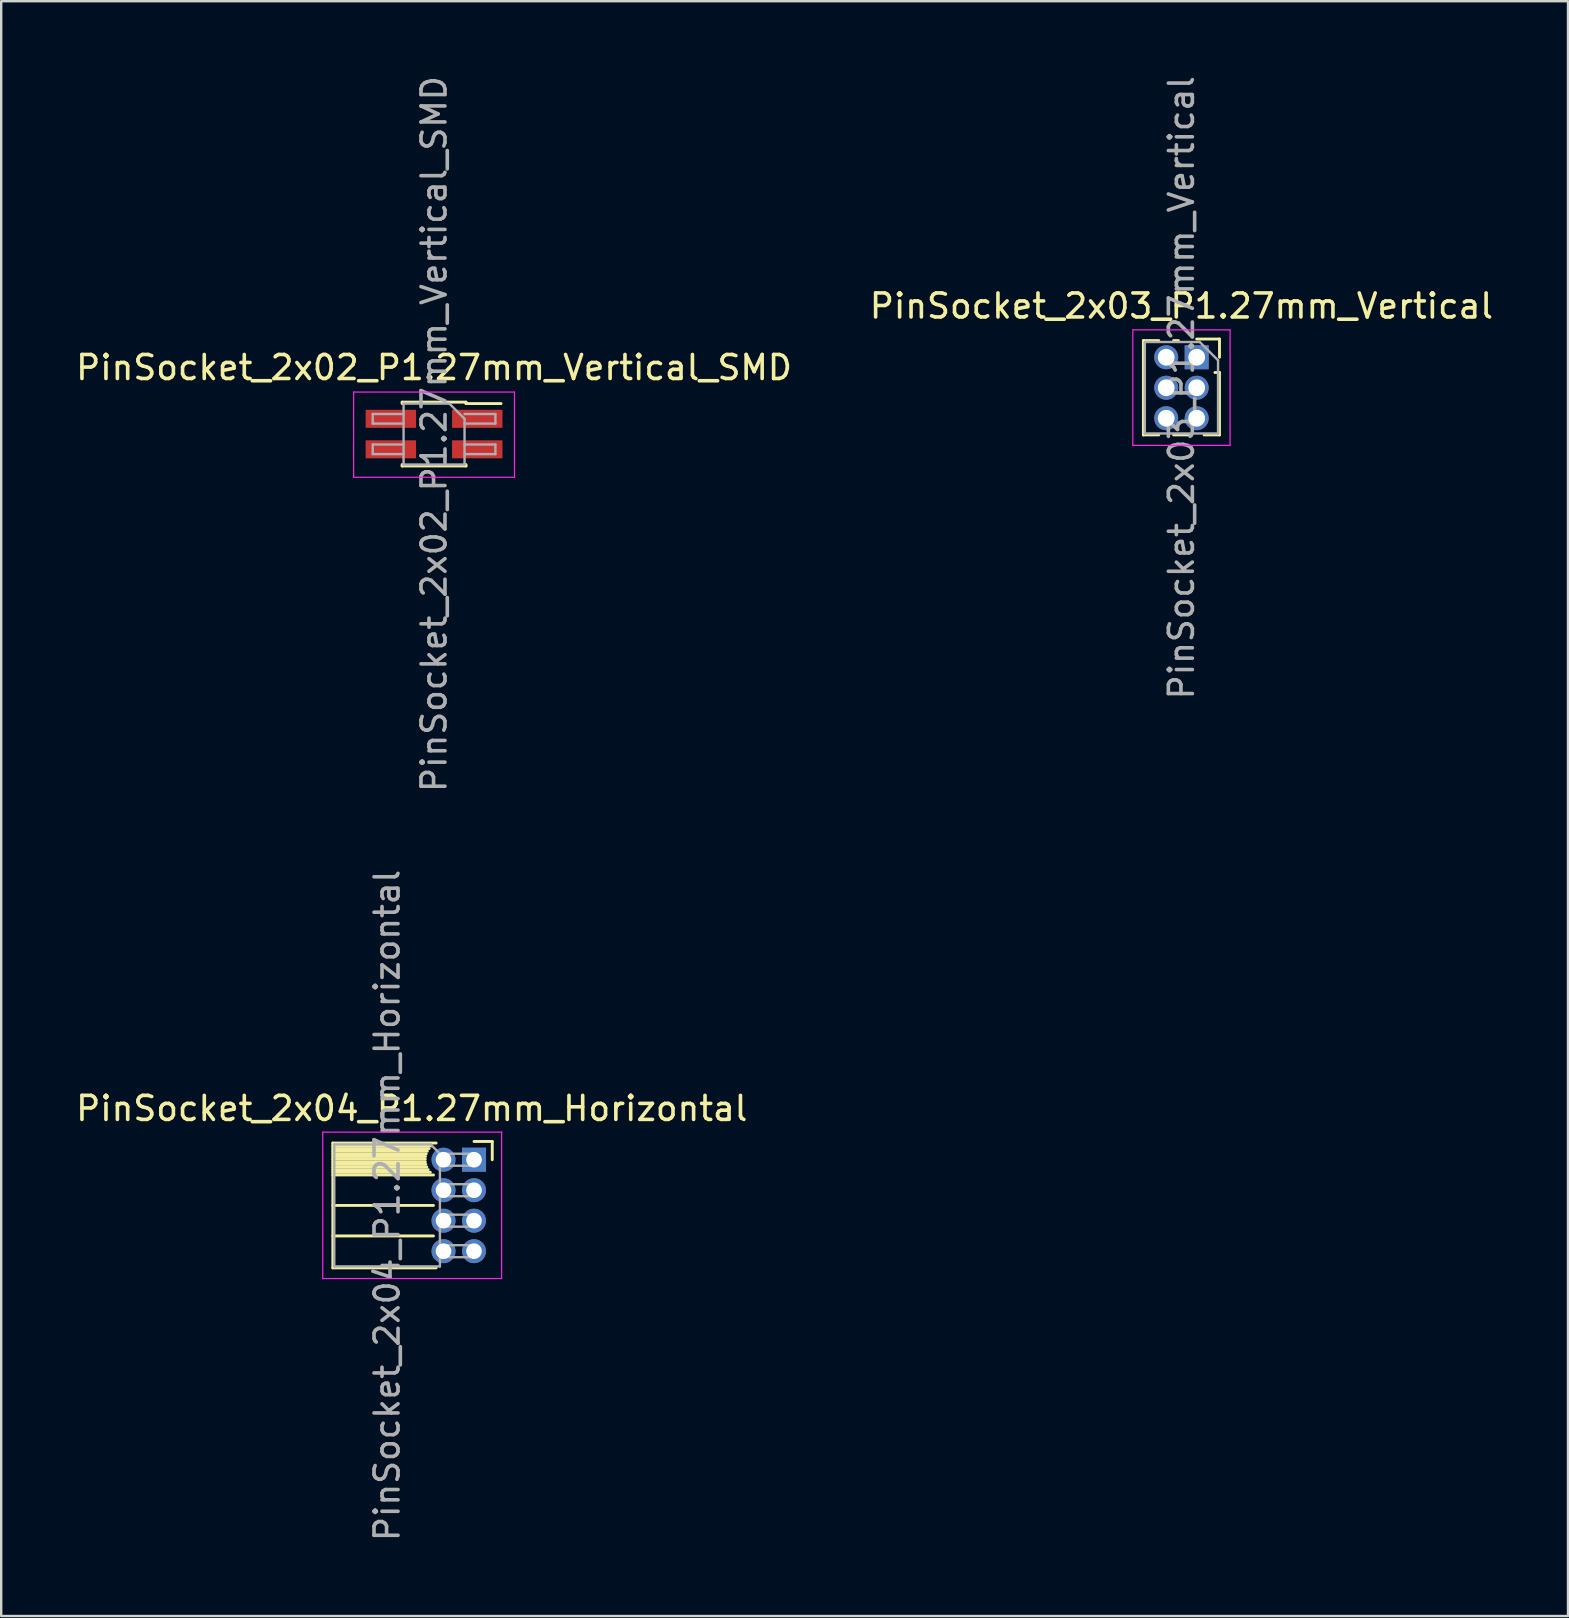
<source format=kicad_pcb>
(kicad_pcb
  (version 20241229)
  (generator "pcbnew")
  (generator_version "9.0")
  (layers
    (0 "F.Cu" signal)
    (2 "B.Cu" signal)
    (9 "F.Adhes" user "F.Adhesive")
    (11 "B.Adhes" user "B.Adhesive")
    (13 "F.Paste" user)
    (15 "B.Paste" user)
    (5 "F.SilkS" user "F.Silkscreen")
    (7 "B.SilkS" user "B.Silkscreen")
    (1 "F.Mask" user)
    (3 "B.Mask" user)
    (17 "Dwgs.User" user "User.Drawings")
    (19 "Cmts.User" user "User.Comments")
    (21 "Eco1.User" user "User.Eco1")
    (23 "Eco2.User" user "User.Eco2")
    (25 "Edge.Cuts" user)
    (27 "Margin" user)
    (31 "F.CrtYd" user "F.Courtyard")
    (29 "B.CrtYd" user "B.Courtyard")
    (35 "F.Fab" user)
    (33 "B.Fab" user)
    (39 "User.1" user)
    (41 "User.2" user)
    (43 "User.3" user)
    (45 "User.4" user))
  (footprint "PinSocket_2x03_P1.27mm_Vertical"
    (layer "F.Cu")
    (at 46.796 11.831)
    (property "Reference" "PinSocket_2x03_P1.27mm_Vertical" (at -0.635 -2.135 0) (layer "F.SilkS") (effects (font (size 1 1) (thickness 0.15))))
    (attr through_hole)
    (fp_line (start -2.22 -0.695) (end -2.22 3.235) (stroke (width 0.12) (type solid)) (layer "F.SilkS"))
    (fp_line (start -2.22 -0.695) (end -1.578 -0.695) (stroke (width 0.12) (type solid)) (layer "F.SilkS"))
    (fp_line (start -2.22 3.235) (end -1.578 3.235) (stroke (width 0.12) (type solid)) (layer "F.SilkS"))
    (fp_line (start -0.962 -0.695) (end -0.76 -0.695) (stroke (width 0.12) (type solid)) (layer "F.SilkS"))
    (fp_line (start -0.962 3.235) (end -0.308 3.235) (stroke (width 0.12) (type solid)) (layer "F.SilkS"))
    (fp_line (start 0 -0.76) (end 0.95 -0.76) (stroke (width 0.12) (type solid)) (layer "F.SilkS"))
    (fp_line (start 0.308 3.235) (end 0.95 3.235) (stroke (width 0.12) (type solid)) (layer "F.SilkS"))
    (fp_line (start 0.76 0.635) (end 0.95 0.635) (stroke (width 0.12) (type solid)) (layer "F.SilkS"))
    (fp_line (start 0.95 -0.76) (end 0.95 0) (stroke (width 0.12) (type solid)) (layer "F.SilkS"))
    (fp_line (start 0.95 0.635) (end 0.95 3.235) (stroke (width 0.12) (type solid)) (layer "F.SilkS"))
    (fp_line (start -2.66 -1.14) (end 1.39 -1.14) (stroke (width 0.05) (type solid)) (layer "F.CrtYd"))
    (fp_line (start -2.66 3.67) (end -2.66 -1.14) (stroke (width 0.05) (type solid)) (layer "F.CrtYd"))
    (fp_line (start 1.39 -1.14) (end 1.39 3.67) (stroke (width 0.05) (type solid)) (layer "F.CrtYd"))
    (fp_line (start 1.39 3.67) (end -2.66 3.67) (stroke (width 0.05) (type solid)) (layer "F.CrtYd"))
    (fp_line (start -2.16 -0.635) (end 0.128 -0.635) (stroke (width 0.1) (type solid)) (layer "F.Fab"))
    (fp_line (start -2.16 3.175) (end -2.16 -0.635) (stroke (width 0.1) (type solid)) (layer "F.Fab"))
    (fp_line (start 0.128 -0.635) (end 0.89 0.127) (stroke (width 0.1) (type solid)) (layer "F.Fab"))
    (fp_line (start 0.89 0.127) (end 0.89 3.175) (stroke (width 0.1) (type solid)) (layer "F.Fab"))
    (fp_line (start 0.89 3.175) (end -2.16 3.175) (stroke (width 0.1) (type solid)) (layer "F.Fab"))
    (fp_text user "${REFERENCE}" (at -0.635 1.27 90) (layer "F.Fab") (effects (font (size 1 1) (thickness 0.15))))
    (pad "1" thru_hole rect (at 0 0) (size 1 1) (drill 0.7) (layers "*.Cu" "*.Mask"))
    (pad "2" thru_hole circle (at -1.27 0) (size 1 1) (drill 0.7) (layers "*.Cu" "*.Mask"))
    (pad "3" thru_hole circle (at 0 1.27) (size 1 1) (drill 0.7) (layers "*.Cu" "*.Mask"))
    (pad "4" thru_hole circle (at -1.27 1.27) (size 1 1) (drill 0.7) (layers "*.Cu" "*.Mask"))
    (pad "5" thru_hole circle (at 0 2.54) (size 1 1) (drill 0.7) (layers "*.Cu" "*.Mask"))
    (pad "6" thru_hole circle (at -1.27 2.54) (size 1 1) (drill 0.7) (layers "*.Cu" "*.Mask")))
  (footprint "PinSocket_2x04_P1.27mm_Horizontal"
    (layer "F.Cu")
    (at 16.694 45.256)
    (property "Reference" "PinSocket_2x04_P1.27mm_Horizontal" (at -2.592 -2.135 0) (layer "F.SilkS") (effects (font (size 1 1) (thickness 0.15))))
    (attr through_hole)
    (fp_line (start -5.88 -0.695) (end -5.88 4.505) (stroke (width 0.12) (type solid)) (layer "F.SilkS"))
    (fp_line (start -5.88 -0.695) (end -1.578 -0.695) (stroke (width 0.12) (type solid)) (layer "F.SilkS"))
    (fp_line (start -5.88 -0.575) (end -1.767 -0.575) (stroke (width 0.12) (type solid)) (layer "F.SilkS"))
    (fp_line (start -5.88 -0.465) (end -1.871 -0.465) (stroke (width 0.12) (type solid)) (layer "F.SilkS"))
    (fp_line (start -5.88 -0.355) (end -1.942 -0.355) (stroke (width 0.12) (type solid)) (layer "F.SilkS"))
    (fp_line (start -5.88 -0.245) (end -1.989 -0.245) (stroke (width 0.12) (type solid)) (layer "F.SilkS"))
    (fp_line (start -5.88 -0.135) (end -2.018 -0.135) (stroke (width 0.12) (type solid)) (layer "F.SilkS"))
    (fp_line (start -5.88 -0.025) (end -2.03 -0.025) (stroke (width 0.12) (type solid)) (layer "F.SilkS"))
    (fp_line (start -5.88 0.085) (end -2.025 0.085) (stroke (width 0.12) (type solid)) (layer "F.SilkS"))
    (fp_line (start -5.88 0.195) (end -2.005 0.195) (stroke (width 0.12) (type solid)) (layer "F.SilkS"))
    (fp_line (start -5.88 0.305) (end -1.966 0.305) (stroke (width 0.12) (type solid)) (layer "F.SilkS"))
    (fp_line (start -5.88 0.415) (end -1.907 0.415) (stroke (width 0.12) (type solid)) (layer "F.SilkS"))
    (fp_line (start -5.88 0.525) (end -1.82 0.525) (stroke (width 0.12) (type solid)) (layer "F.SilkS"))
    (fp_line (start -5.88 0.635) (end -1.688 0.635) (stroke (width 0.12) (type solid)) (layer "F.SilkS"))
    (fp_line (start -5.88 1.905) (end -1.688 1.905) (stroke (width 0.12) (type solid)) (layer "F.SilkS"))
    (fp_line (start -5.88 3.175) (end -1.688 3.175) (stroke (width 0.12) (type solid)) (layer "F.SilkS"))
    (fp_line (start -5.88 4.505) (end -1.578 4.505) (stroke (width 0.12) (type solid)) (layer "F.SilkS"))
    (fp_line (start 0 -0.76) (end 0.76 -0.76) (stroke (width 0.12) (type solid)) (layer "F.SilkS"))
    (fp_line (start 0.76 -0.76) (end 0.76 0) (stroke (width 0.12) (type solid)) (layer "F.SilkS"))
    (fp_line (start -6.3 -1.15) (end -6.3 4.95) (stroke (width 0.05) (type solid)) (layer "F.CrtYd"))
    (fp_line (start -6.3 4.95) (end 1.15 4.95) (stroke (width 0.05) (type solid)) (layer "F.CrtYd"))
    (fp_line (start 1.15 -1.15) (end -6.3 -1.15) (stroke (width 0.05) (type solid)) (layer "F.CrtYd"))
    (fp_line (start 1.15 4.95) (end 1.15 -1.15) (stroke (width 0.05) (type solid)) (layer "F.CrtYd"))
    (fp_line (start -5.82 -0.635) (end -1.805 -0.635) (stroke (width 0.1) (type solid)) (layer "F.Fab"))
    (fp_line (start -5.82 4.445) (end -5.82 -0.635) (stroke (width 0.1) (type solid)) (layer "F.Fab"))
    (fp_line (start -1.805 -0.635) (end -1.42 -0.25) (stroke (width 0.1) (type solid)) (layer "F.Fab"))
    (fp_line (start -1.42 -0.25) (end -1.42 4.445) (stroke (width 0.1) (type solid)) (layer "F.Fab"))
    (fp_line (start -1.42 0.25) (end 0 0.25) (stroke (width 0.1) (type solid)) (layer "F.Fab"))
    (fp_line (start -1.42 1.52) (end 0 1.52) (stroke (width 0.1) (type solid)) (layer "F.Fab"))
    (fp_line (start -1.42 2.79) (end 0 2.79) (stroke (width 0.1) (type solid)) (layer "F.Fab"))
    (fp_line (start -1.42 4.06) (end 0 4.06) (stroke (width 0.1) (type solid)) (layer "F.Fab"))
    (fp_line (start -1.42 4.445) (end -5.82 4.445) (stroke (width 0.1) (type solid)) (layer "F.Fab"))
    (fp_line (start 0 -0.25) (end -1.42 -0.25) (stroke (width 0.1) (type solid)) (layer "F.Fab"))
    (fp_line (start 0 0.25) (end 0 -0.25) (stroke (width 0.1) (type solid)) (layer "F.Fab"))
    (fp_line (start 0 1.02) (end -1.42 1.02) (stroke (width 0.1) (type solid)) (layer "F.Fab"))
    (fp_line (start 0 1.52) (end 0 1.02) (stroke (width 0.1) (type solid)) (layer "F.Fab"))
    (fp_line (start 0 2.29) (end -1.42 2.29) (stroke (width 0.1) (type solid)) (layer "F.Fab"))
    (fp_line (start 0 2.79) (end 0 2.29) (stroke (width 0.1) (type solid)) (layer "F.Fab"))
    (fp_line (start 0 3.56) (end -1.42 3.56) (stroke (width 0.1) (type solid)) (layer "F.Fab"))
    (fp_line (start 0 4.06) (end 0 3.56) (stroke (width 0.1) (type solid)) (layer "F.Fab"))
    (fp_text user "${REFERENCE}" (at -3.62 1.905 90) (layer "F.Fab") (effects (font (size 1 1) (thickness 0.15))))
    (pad "1" thru_hole rect (at 0 0) (size 1 1) (drill 0.65) (layers "*.Cu" "*.Mask"))
    (pad "2" thru_hole circle (at -1.27 0) (size 1 1) (drill 0.65) (layers "*.Cu" "*.Mask"))
    (pad "3" thru_hole circle (at 0 1.27) (size 1 1) (drill 0.65) (layers "*.Cu" "*.Mask"))
    (pad "4" thru_hole circle (at -1.27 1.27) (size 1 1) (drill 0.65) (layers "*.Cu" "*.Mask"))
    (pad "5" thru_hole circle (at 0 2.54) (size 1 1) (drill 0.65) (layers "*.Cu" "*.Mask"))
    (pad "6" thru_hole circle (at -1.27 2.54) (size 1 1) (drill 0.65) (layers "*.Cu" "*.Mask"))
    (pad "7" thru_hole circle (at 0 3.81) (size 1 1) (drill 0.65) (layers "*.Cu" "*.Mask"))
    (pad "8" thru_hole circle (at -1.27 3.81) (size 1 1) (drill 0.65) (layers "*.Cu" "*.Mask")))
  (footprint "PinSocket_2x02_P1.27mm_Vertical_SMD"
    (layer "F.Cu")
    (at 15.03 15.03)
    (property "Reference" "PinSocket_2x02_P1.27mm_Vertical_SMD" (at 0 -2.77 0) (layer "F.SilkS") (effects (font (size 1 1) (thickness 0.15))))
    (attr smd)
    (fp_line (start -1.33 -1.33) (end -1.33 -1.27) (stroke (width 0.12) (type solid)) (layer "F.SilkS"))
    (fp_line (start -1.33 -1.33) (end 1.33 -1.33) (stroke (width 0.12) (type solid)) (layer "F.SilkS"))
    (fp_line (start -1.33 1.27) (end -1.33 1.33) (stroke (width 0.12) (type solid)) (layer "F.SilkS"))
    (fp_line (start -1.33 1.33) (end 1.33 1.33) (stroke (width 0.12) (type solid)) (layer "F.SilkS"))
    (fp_line (start 1.33 -1.33) (end 1.33 -1.27) (stroke (width 0.12) (type solid)) (layer "F.SilkS"))
    (fp_line (start 1.33 -1.27) (end 2.79 -1.27) (stroke (width 0.12) (type solid)) (layer "F.SilkS"))
    (fp_line (start 1.33 1.27) (end 1.33 1.33) (stroke (width 0.12) (type solid)) (layer "F.SilkS"))
    (fp_line (start -3.35 -1.75) (end 3.35 -1.75) (stroke (width 0.05) (type solid)) (layer "F.CrtYd"))
    (fp_line (start -3.35 1.8) (end -3.35 -1.75) (stroke (width 0.05) (type solid)) (layer "F.CrtYd"))
    (fp_line (start 3.35 -1.75) (end 3.35 1.8) (stroke (width 0.05) (type solid)) (layer "F.CrtYd"))
    (fp_line (start 3.35 1.8) (end -3.35 1.8) (stroke (width 0.05) (type solid)) (layer "F.CrtYd"))
    (fp_line (start -2.555 -0.835) (end -1.27 -0.835) (stroke (width 0.1) (type solid)) (layer "F.Fab"))
    (fp_line (start -2.555 -0.435) (end -2.555 -0.835) (stroke (width 0.1) (type solid)) (layer "F.Fab"))
    (fp_line (start -2.555 0.435) (end -1.27 0.435) (stroke (width 0.1) (type solid)) (layer "F.Fab"))
    (fp_line (start -2.555 0.835) (end -2.555 0.435) (stroke (width 0.1) (type solid)) (layer "F.Fab"))
    (fp_line (start -1.27 -1.27) (end 0.635 -1.27) (stroke (width 0.1) (type solid)) (layer "F.Fab"))
    (fp_line (start -1.27 -0.435) (end -2.555 -0.435) (stroke (width 0.1) (type solid)) (layer "F.Fab"))
    (fp_line (start -1.27 0.835) (end -2.555 0.835) (stroke (width 0.1) (type solid)) (layer "F.Fab"))
    (fp_line (start -1.27 1.27) (end -1.27 -1.27) (stroke (width 0.1) (type solid)) (layer "F.Fab"))
    (fp_line (start 0.635 -1.27) (end 1.27 -0.635) (stroke (width 0.1) (type solid)) (layer "F.Fab"))
    (fp_line (start 1.27 -0.835) (end 2.555 -0.835) (stroke (width 0.1) (type solid)) (layer "F.Fab"))
    (fp_line (start 1.27 -0.635) (end 1.27 1.27) (stroke (width 0.1) (type solid)) (layer "F.Fab"))
    (fp_line (start 1.27 0.435) (end 2.555 0.435) (stroke (width 0.1) (type solid)) (layer "F.Fab"))
    (fp_line (start 1.27 1.27) (end -1.27 1.27) (stroke (width 0.1) (type solid)) (layer "F.Fab"))
    (fp_line (start 2.555 -0.835) (end 2.555 -0.435) (stroke (width 0.1) (type solid)) (layer "F.Fab"))
    (fp_line (start 2.555 -0.435) (end 1.27 -0.435) (stroke (width 0.1) (type solid)) (layer "F.Fab"))
    (fp_line (start 2.555 0.435) (end 2.555 0.835) (stroke (width 0.1) (type solid)) (layer "F.Fab"))
    (fp_line (start 2.555 0.835) (end 1.27 0.835) (stroke (width 0.1) (type solid)) (layer "F.Fab"))
    (fp_text user "${REFERENCE}" (at 0 0 90) (layer "F.Fab") (effects (font (size 1 1) (thickness 0.15))))
    (pad "1" smd rect (at 1.8 -0.635) (size 2.1 0.75) (layers "F.Cu" "F.Mask" "F.Paste"))
    (pad "2" smd rect (at -1.8 -0.635) (size 2.1 0.75) (layers "F.Cu" "F.Mask" "F.Paste"))
    (pad "3" smd rect (at 1.8 0.635) (size 2.1 0.75) (layers "F.Cu" "F.Mask" "F.Paste"))
    (pad "4" smd rect (at -1.8 0.635) (size 2.1 0.75) (layers "F.Cu" "F.Mask" "F.Paste")))
  (gr_rect
    (start -3 -3)
    (end 62.262 64.262)
    (stroke (width 0.1) (type default))
    (fill no)
    (layer "Edge.Cuts")))
</source>
